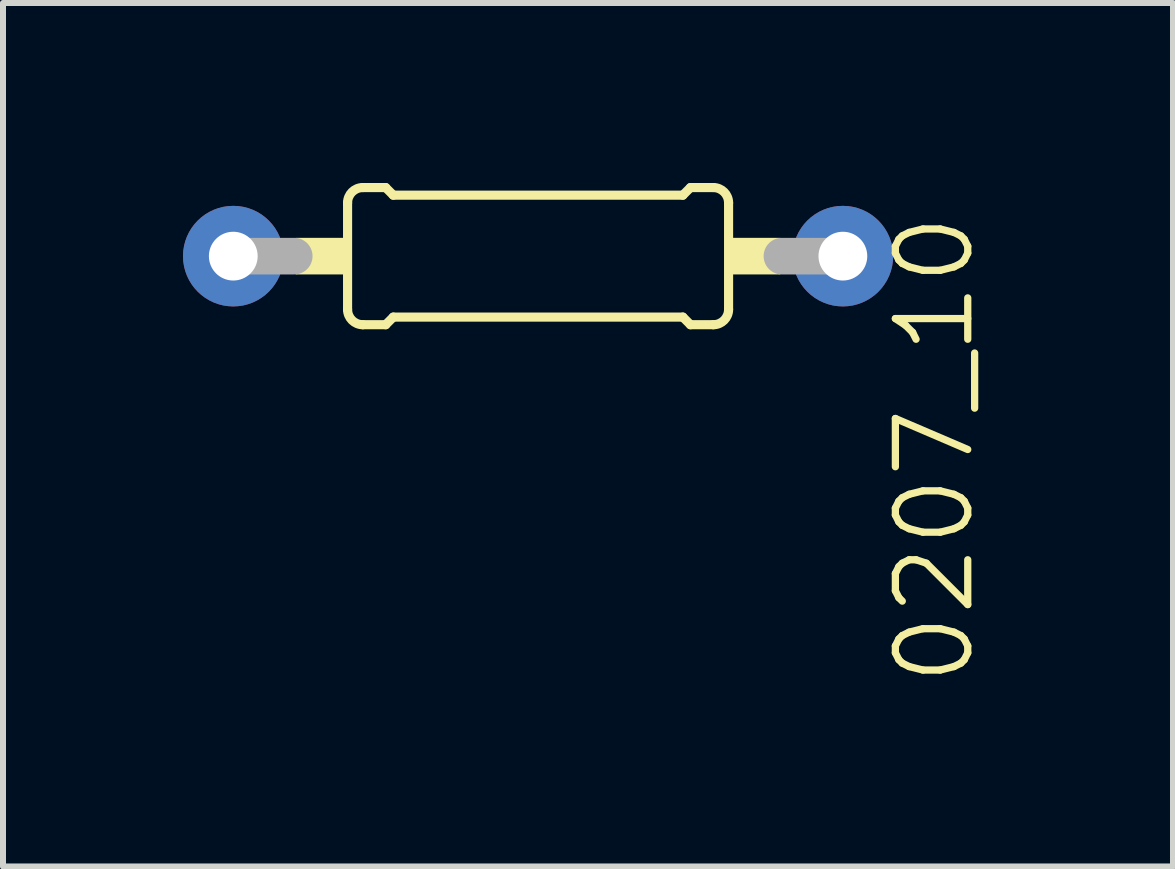
<source format=kicad_pcb>
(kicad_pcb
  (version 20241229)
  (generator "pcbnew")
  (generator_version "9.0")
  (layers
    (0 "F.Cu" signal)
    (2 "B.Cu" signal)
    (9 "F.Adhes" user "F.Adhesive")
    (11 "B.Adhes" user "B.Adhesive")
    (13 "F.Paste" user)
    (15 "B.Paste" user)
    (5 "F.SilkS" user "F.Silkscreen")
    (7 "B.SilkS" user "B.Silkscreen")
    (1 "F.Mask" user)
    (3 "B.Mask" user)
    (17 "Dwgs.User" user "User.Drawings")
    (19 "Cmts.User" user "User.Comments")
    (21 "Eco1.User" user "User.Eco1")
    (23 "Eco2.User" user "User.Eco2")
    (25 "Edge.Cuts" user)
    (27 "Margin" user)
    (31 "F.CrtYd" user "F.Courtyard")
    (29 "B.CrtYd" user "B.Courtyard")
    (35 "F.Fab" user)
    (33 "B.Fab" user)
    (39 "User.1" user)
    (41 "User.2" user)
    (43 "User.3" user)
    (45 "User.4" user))
  (footprint "0207_10"
    (layer "F.Cu")
    (at 5.918 1.219)
    (property "Reference" "0207_10" (at 7.315 -0.762 90) (layer "F.SilkS") (effects (font (size 1.206 1.206) (thickness 0.121)) (justify right bottom)))
    (attr through_hole)
    (fp_line (start -3.175 0.889) (end -3.175 -0.889) (stroke (width 0.152) (type solid)) (layer "F.SilkS"))
    (fp_line (start -2.921 -1.143) (end -2.54 -1.143) (stroke (width 0.152) (type solid)) (layer "F.SilkS"))
    (fp_line (start -2.921 1.143) (end -2.54 1.143) (stroke (width 0.152) (type solid)) (layer "F.SilkS"))
    (fp_line (start -2.413 -1.016) (end -2.54 -1.143) (stroke (width 0.152) (type solid)) (layer "F.SilkS"))
    (fp_line (start -2.413 1.016) (end -2.54 1.143) (stroke (width 0.152) (type solid)) (layer "F.SilkS"))
    (fp_line (start 2.413 -1.016) (end -2.413 -1.016) (stroke (width 0.152) (type solid)) (layer "F.SilkS"))
    (fp_line (start 2.413 -1.016) (end 2.54 -1.143) (stroke (width 0.152) (type solid)) (layer "F.SilkS"))
    (fp_line (start 2.413 1.016) (end -2.413 1.016) (stroke (width 0.152) (type solid)) (layer "F.SilkS"))
    (fp_line (start 2.413 1.016) (end 2.54 1.143) (stroke (width 0.152) (type solid)) (layer "F.SilkS"))
    (fp_line (start 2.921 -1.143) (end 2.54 -1.143) (stroke (width 0.152) (type solid)) (layer "F.SilkS"))
    (fp_line (start 2.921 1.143) (end 2.54 1.143) (stroke (width 0.152) (type solid)) (layer "F.SilkS"))
    (fp_line (start 3.175 0.889) (end 3.175 -0.889) (stroke (width 0.152) (type solid)) (layer "F.SilkS"))
    (fp_arc (start -3.175 -0.889) (mid -3.100605 -1.068605) (end -2.921 -1.143) (stroke (width 0.1524) (type solid)) (layer "F.SilkS"))
    (fp_arc (start -2.921 1.143) (mid -3.100605 1.068605) (end -3.175 0.889) (stroke (width 0.1524) (type solid)) (layer "F.SilkS"))
    (fp_arc (start 2.921 -1.143) (mid 3.100605 -1.068605) (end 3.175 -0.889) (stroke (width 0.1524) (type solid)) (layer "F.SilkS"))
    (fp_arc (start 3.175 0.889) (mid 3.100605 1.068605) (end 2.921 1.143) (stroke (width 0.1524) (type solid)) (layer "F.SilkS"))
    (fp_poly (pts (xy -4.039 0.305) (xy -3.175 0.305) (xy -3.175 -0.305) (xy -4.039 -0.305)) (stroke (width 0) (type solid)) (fill yes) (layer "F.SilkS"))
    (fp_poly (pts (xy 3.175 0.305) (xy 4.039 0.305) (xy 4.039 -0.305) (xy 3.175 -0.305)) (stroke (width 0) (type solid)) (fill yes) (layer "F.SilkS"))
    (fp_line (start -5.08 0) (end -4.064 0) (stroke (width 0.61) (type solid)) (layer "F.Fab"))
    (fp_line (start 5.08 0) (end 4.064 0) (stroke (width 0.61) (type solid)) (layer "F.Fab"))
    (pad "1" thru_hole circle (at -5.08 0) (size 1.676 1.676) (drill 0.813) (layers "*.Cu" "*.Mask"))
    (pad "2" thru_hole circle (at 5.08 0) (size 1.676 1.676) (drill 0.813) (layers "*.Cu" "*.Mask")))
  (gr_rect
    (start -3 -3)
    (end 16.5 11.391)
    (stroke (width 0.1) (type default))
    (fill no)
    (layer "Edge.Cuts")))
</source>
